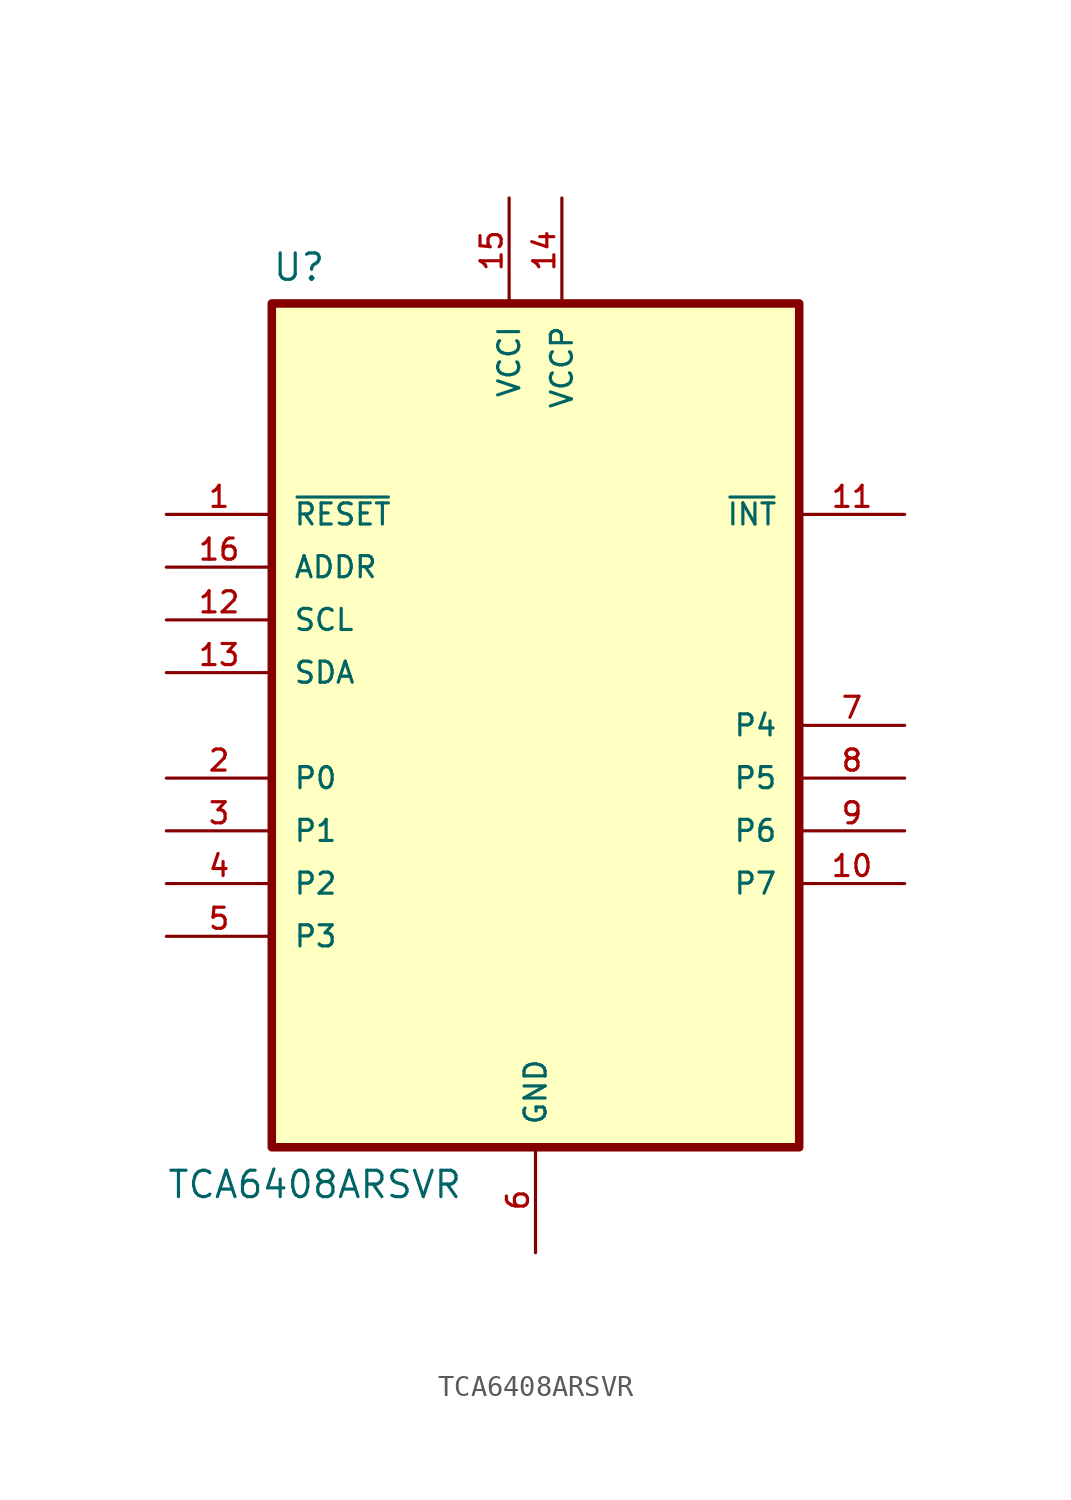
<source format=kicad_sym>
(kicad_symbol_lib
  (version 20220914)
  (generator kicad_symbol_editor)
  (symbol "TCA6408ARSVR"
    (pin_names
      (offset 1.016))
    (property "Reference" "U"
      (at -12.7 21.32 0)
      (effects (font (size 1.27 1.27)) (justify left bottom)))
    (property "Value" "TCA6408ARSVR"
      (at -17.78 -22.86 0)
      (effects (font (size 1.27 1.27)) (justify left bottom)))
    (symbol "TCA6408ARSVR_0_0"
      (rectangle (start -12.7 -20.32) (end 12.7 20.32) (stroke (width 0.41) (type default)) (fill (type background)))
      (pin input line (at -17.78 10.16 0) (length 5.08) (name "~{RESET}" (effects (font (size 1.016 1.016)))) (number "1" (effects (font (size 1.016 1.016)))))
      (pin bidirectional line (at 17.78 -7.62 180) (length 5.08) (name "P7" (effects (font (size 1.016 1.016)))) (number "10" (effects (font (size 1.016 1.016)))))
      (pin output line (at 17.78 10.16 180) (length 5.08) (name "~{INT}" (effects (font (size 1.016 1.016)))) (number "11" (effects (font (size 1.016 1.016)))))
      (pin input line (at -17.78 5.08 0) (length 5.08) (name "SCL" (effects (font (size 1.016 1.016)))) (number "12" (effects (font (size 1.016 1.016)))))
      (pin bidirectional line (at -17.78 2.54 0) (length 5.08) (name "SDA" (effects (font (size 1.016 1.016)))) (number "13" (effects (font (size 1.016 1.016)))))
      (pin power_in line (at 1.27 25.4 270) (length 5.08) (name "VCCP" (effects (font (size 1.016 1.016)))) (number "14" (effects (font (size 1.016 1.016)))))
      (pin power_in line (at -1.27 25.4 270) (length 5.08) (name "VCCI" (effects (font (size 1.016 1.016)))) (number "15" (effects (font (size 1.016 1.016)))))
      (pin input line (at -17.78 7.62 0) (length 5.08) (name "ADDR" (effects (font (size 1.016 1.016)))) (number "16" (effects (font (size 1.016 1.016)))))
      (pin bidirectional line (at -17.78 -2.54 0) (length 5.08) (name "P0" (effects (font (size 1.016 1.016)))) (number "2" (effects (font (size 1.016 1.016)))))
      (pin bidirectional line (at -17.78 -5.08 0) (length 5.08) (name "P1" (effects (font (size 1.016 1.016)))) (number "3" (effects (font (size 1.016 1.016)))))
      (pin bidirectional line (at -17.78 -7.62 0) (length 5.08) (name "P2" (effects (font (size 1.016 1.016)))) (number "4" (effects (font (size 1.016 1.016)))))
      (pin bidirectional line (at -17.78 -10.16 0) (length 5.08) (name "P3" (effects (font (size 1.016 1.016)))) (number "5" (effects (font (size 1.016 1.016)))))
      (pin power_in line (at 0 -25.4 90) (length 5.08) (name "GND" (effects (font (size 1.016 1.016)))) (number "6" (effects (font (size 1.016 1.016)))))
      (pin bidirectional line (at 17.78 0 180) (length 5.08) (name "P4" (effects (font (size 1.016 1.016)))) (number "7" (effects (font (size 1.016 1.016)))))
      (pin bidirectional line (at 17.78 -2.54 180) (length 5.08) (name "P5" (effects (font (size 1.016 1.016)))) (number "8" (effects (font (size 1.016 1.016)))))
      (pin bidirectional line (at 17.78 -5.08 180) (length 5.08) (name "P6" (effects (font (size 1.016 1.016)))) (number "9" (effects (font (size 1.016 1.016))))))))
</source>
